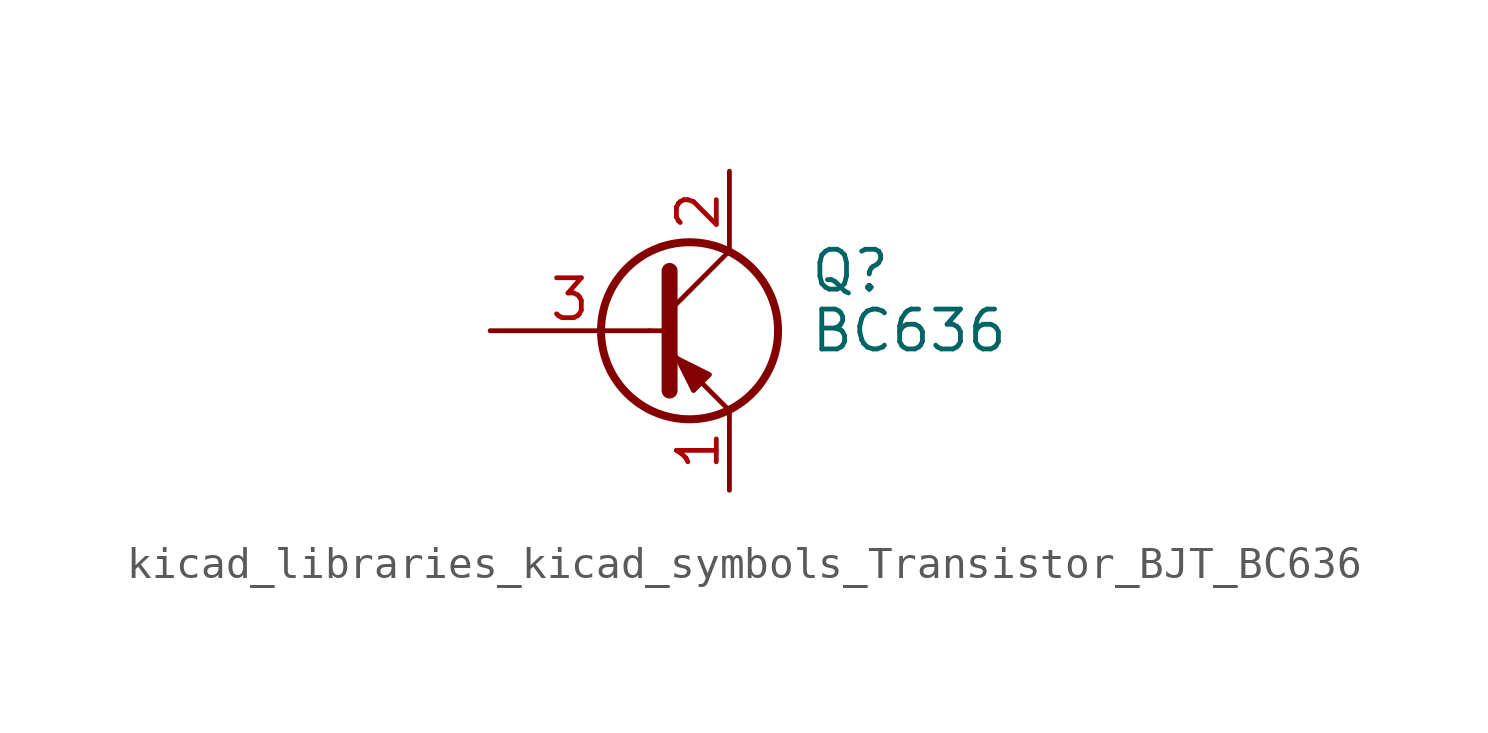
<source format=kicad_sym>
(kicad_symbol_lib
  (version 20220914)
  (generator kicad_symbol_editor)
  (symbol "kicad_libraries_kicad_symbols_Transistor_BJT_BC636"
    (pin_names
      (offset 0) hide)
    (property "Reference" "Q"
      (at 5.08 1.905 0)
      (effects (font (size 1.27 1.27)) (justify left)))
    (property "Value" "BC636"
      (at 5.08 0 0)
      (effects (font (size 1.27 1.27)) (justify left)))
    (symbol "kicad_libraries_kicad_symbols_Transistor_BJT_BC636_0_1"
      (polyline (pts (xy 0 0) (xy 0.635 0)) (stroke (width 0) (type default)) (fill (type none)))
      (polyline (pts (xy 2.54 -2.54) (xy 0.635 -0.635)) (stroke (width 0) (type default)) (fill (type none)))
      (polyline (pts (xy 2.54 2.54) (xy 0.635 0.635)) (stroke (width 0) (type default)) (fill (type none)))
      (polyline (pts (xy 0.635 1.905) (xy 0.635 -1.905) (xy 0.635 -1.905)) (stroke (width 0.508) (type default)) (fill (type outline)))
      (polyline (pts (xy 1.397 -1.905) (xy 1.905 -1.397) (xy 0.889 -0.889) (xy 1.397 -1.905) (xy 1.397 -1.905)) (stroke (width 0) (type default)) (fill (type outline)))
      (circle (center 1.27 0) (radius 2.819) (stroke (width 0.254) (type default)) (fill (type none))))
    (symbol "kicad_libraries_kicad_symbols_Transistor_BJT_BC636_1_1"
      (pin passive line (at 2.54 -5.08 90) (length 2.54) (name "E" (effects (font (size 1.27 1.27)))) (number "1" (effects (font (size 1.27 1.27)))))
      (pin passive line (at 2.54 5.08 270) (length 2.54) (name "C" (effects (font (size 1.27 1.27)))) (number "2" (effects (font (size 1.27 1.27)))))
      (pin input line (at -5.08 0 0) (length 5.08) (name "B" (effects (font (size 1.27 1.27)))) (number "3" (effects (font (size 1.27 1.27))))))))
</source>
